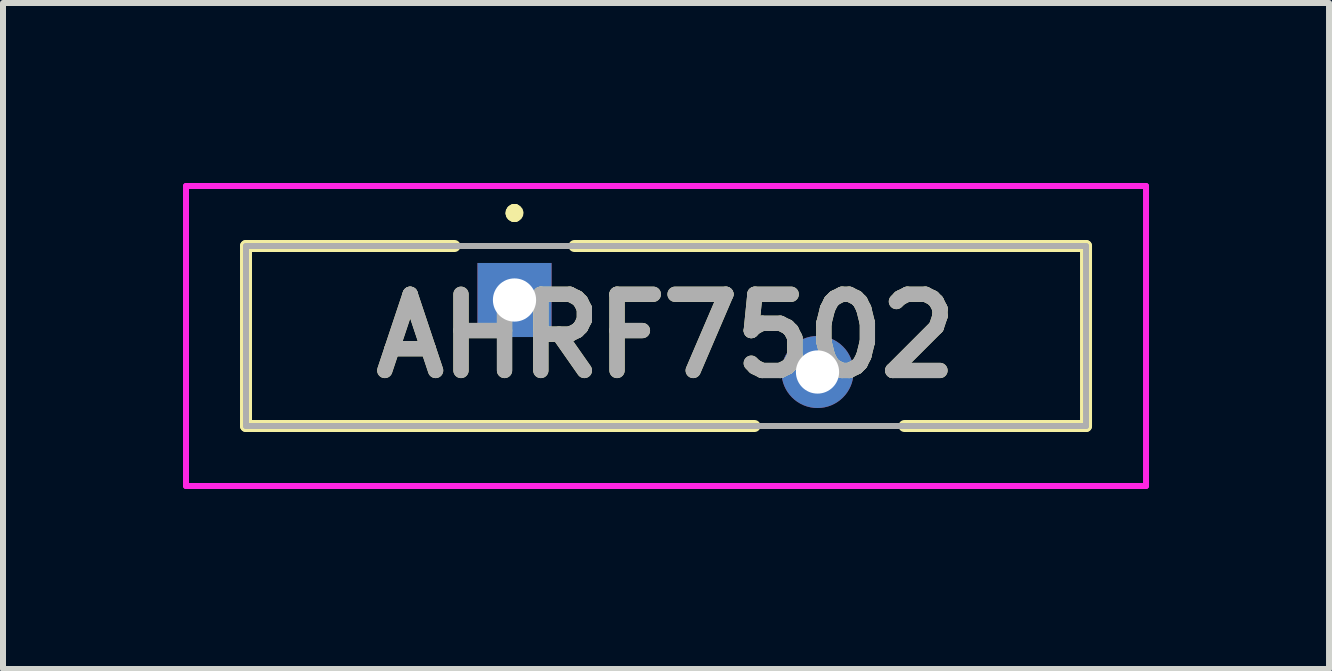
<source format=kicad_pcb>
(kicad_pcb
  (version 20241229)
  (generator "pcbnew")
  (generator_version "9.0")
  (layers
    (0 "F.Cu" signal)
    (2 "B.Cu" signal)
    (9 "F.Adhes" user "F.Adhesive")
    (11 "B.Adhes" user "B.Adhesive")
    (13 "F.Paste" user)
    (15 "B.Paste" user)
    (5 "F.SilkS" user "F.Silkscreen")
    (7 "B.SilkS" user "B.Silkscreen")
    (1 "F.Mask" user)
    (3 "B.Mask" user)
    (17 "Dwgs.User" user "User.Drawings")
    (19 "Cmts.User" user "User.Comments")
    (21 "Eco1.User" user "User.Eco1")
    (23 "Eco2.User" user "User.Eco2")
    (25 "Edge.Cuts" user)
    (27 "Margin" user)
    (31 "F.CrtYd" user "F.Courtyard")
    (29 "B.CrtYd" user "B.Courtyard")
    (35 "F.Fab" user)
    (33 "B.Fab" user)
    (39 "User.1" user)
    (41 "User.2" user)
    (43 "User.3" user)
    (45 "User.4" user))
  (footprint "AHRF7502"
    (layer "F.Cu")
    (at 5.525 1.95)
    (property "Reference" "AHRF7502" (at 2.525 0.6 0) (layer "F.SilkS") (effects (font (size 1.27 1.27) (thickness 0.254))))
    (attr through_hole)
    (fp_line (start -4.475 -0.9) (end -4.475 2.1) (stroke (width 0.2) (type solid)) (layer "F.SilkS"))
    (fp_line (start -4.475 2.1) (end 4 2.1) (stroke (width 0.2) (type solid)) (layer "F.SilkS"))
    (fp_line (start -1 -0.9) (end -4.475 -0.9) (stroke (width 0.2) (type solid)) (layer "F.SilkS"))
    (fp_line (start 0 -1.5) (end 0 -1.5) (stroke (width 0.2) (type solid)) (layer "F.SilkS"))
    (fp_line (start 0 -1.5) (end 0 -1.5) (stroke (width 0.2) (type solid)) (layer "F.SilkS"))
    (fp_line (start 0 -1.4) (end 0 -1.4) (stroke (width 0.2) (type solid)) (layer "F.SilkS"))
    (fp_line (start 6.5 2.1) (end 9.525 2.1) (stroke (width 0.2) (type solid)) (layer "F.SilkS"))
    (fp_line (start 9.525 -0.9) (end 1 -0.9) (stroke (width 0.2) (type solid)) (layer "F.SilkS"))
    (fp_line (start 9.525 2.1) (end 9.525 -0.9) (stroke (width 0.2) (type solid)) (layer "F.SilkS"))
    (fp_arc (start 0 -1.5) (mid 0.05 -1.45) (end 0 -1.4) (stroke (width 0.2) (type solid)) (layer "F.SilkS"))
    (fp_arc (start 0 -1.4) (mid -0.05 -1.45) (end 0 -1.5) (stroke (width 0.2) (type solid)) (layer "F.SilkS"))
    (fp_arc (start 0 -1.4) (mid -0.05 -1.45) (end 0 -1.5) (stroke (width 0.2) (type solid)) (layer "F.SilkS"))
    (fp_line (start -5.475 -1.9) (end 10.525 -1.9) (stroke (width 0.1) (type solid)) (layer "F.CrtYd"))
    (fp_line (start -5.475 3.1) (end -5.475 -1.9) (stroke (width 0.1) (type solid)) (layer "F.CrtYd"))
    (fp_line (start 10.525 -1.9) (end 10.525 3.1) (stroke (width 0.1) (type solid)) (layer "F.CrtYd"))
    (fp_line (start 10.525 3.1) (end -5.475 3.1) (stroke (width 0.1) (type solid)) (layer "F.CrtYd"))
    (fp_line (start -4.475 -0.9) (end 9.525 -0.9) (stroke (width 0.1) (type solid)) (layer "F.Fab"))
    (fp_line (start -4.475 2.1) (end -4.475 -0.9) (stroke (width 0.1) (type solid)) (layer "F.Fab"))
    (fp_line (start 9.525 -0.9) (end 9.525 2.1) (stroke (width 0.1) (type solid)) (layer "F.Fab"))
    (fp_line (start 9.525 2.1) (end -4.475 2.1) (stroke (width 0.1) (type solid)) (layer "F.Fab"))
    (fp_text user "${REFERENCE}" (at 2.525 0.6 0) (layer "F.Fab") (effects (font (size 1.27 1.27) (thickness 0.254))))
    (pad "1" thru_hole rect (at 0 0) (size 1.234 1.234) (drill 0.72) (layers "*.Cu" "*.Mask"))
    (pad "2" thru_hole circle (at 5.05 1.2) (size 1.2 1.2) (drill 0.72) (layers "*.Cu" "*.Mask")))
  (gr_rect
    (start -3 -3)
    (end 19.1 8.1)
    (stroke (width 0.1) (type default))
    (fill no)
    (layer "Edge.Cuts")))
</source>
